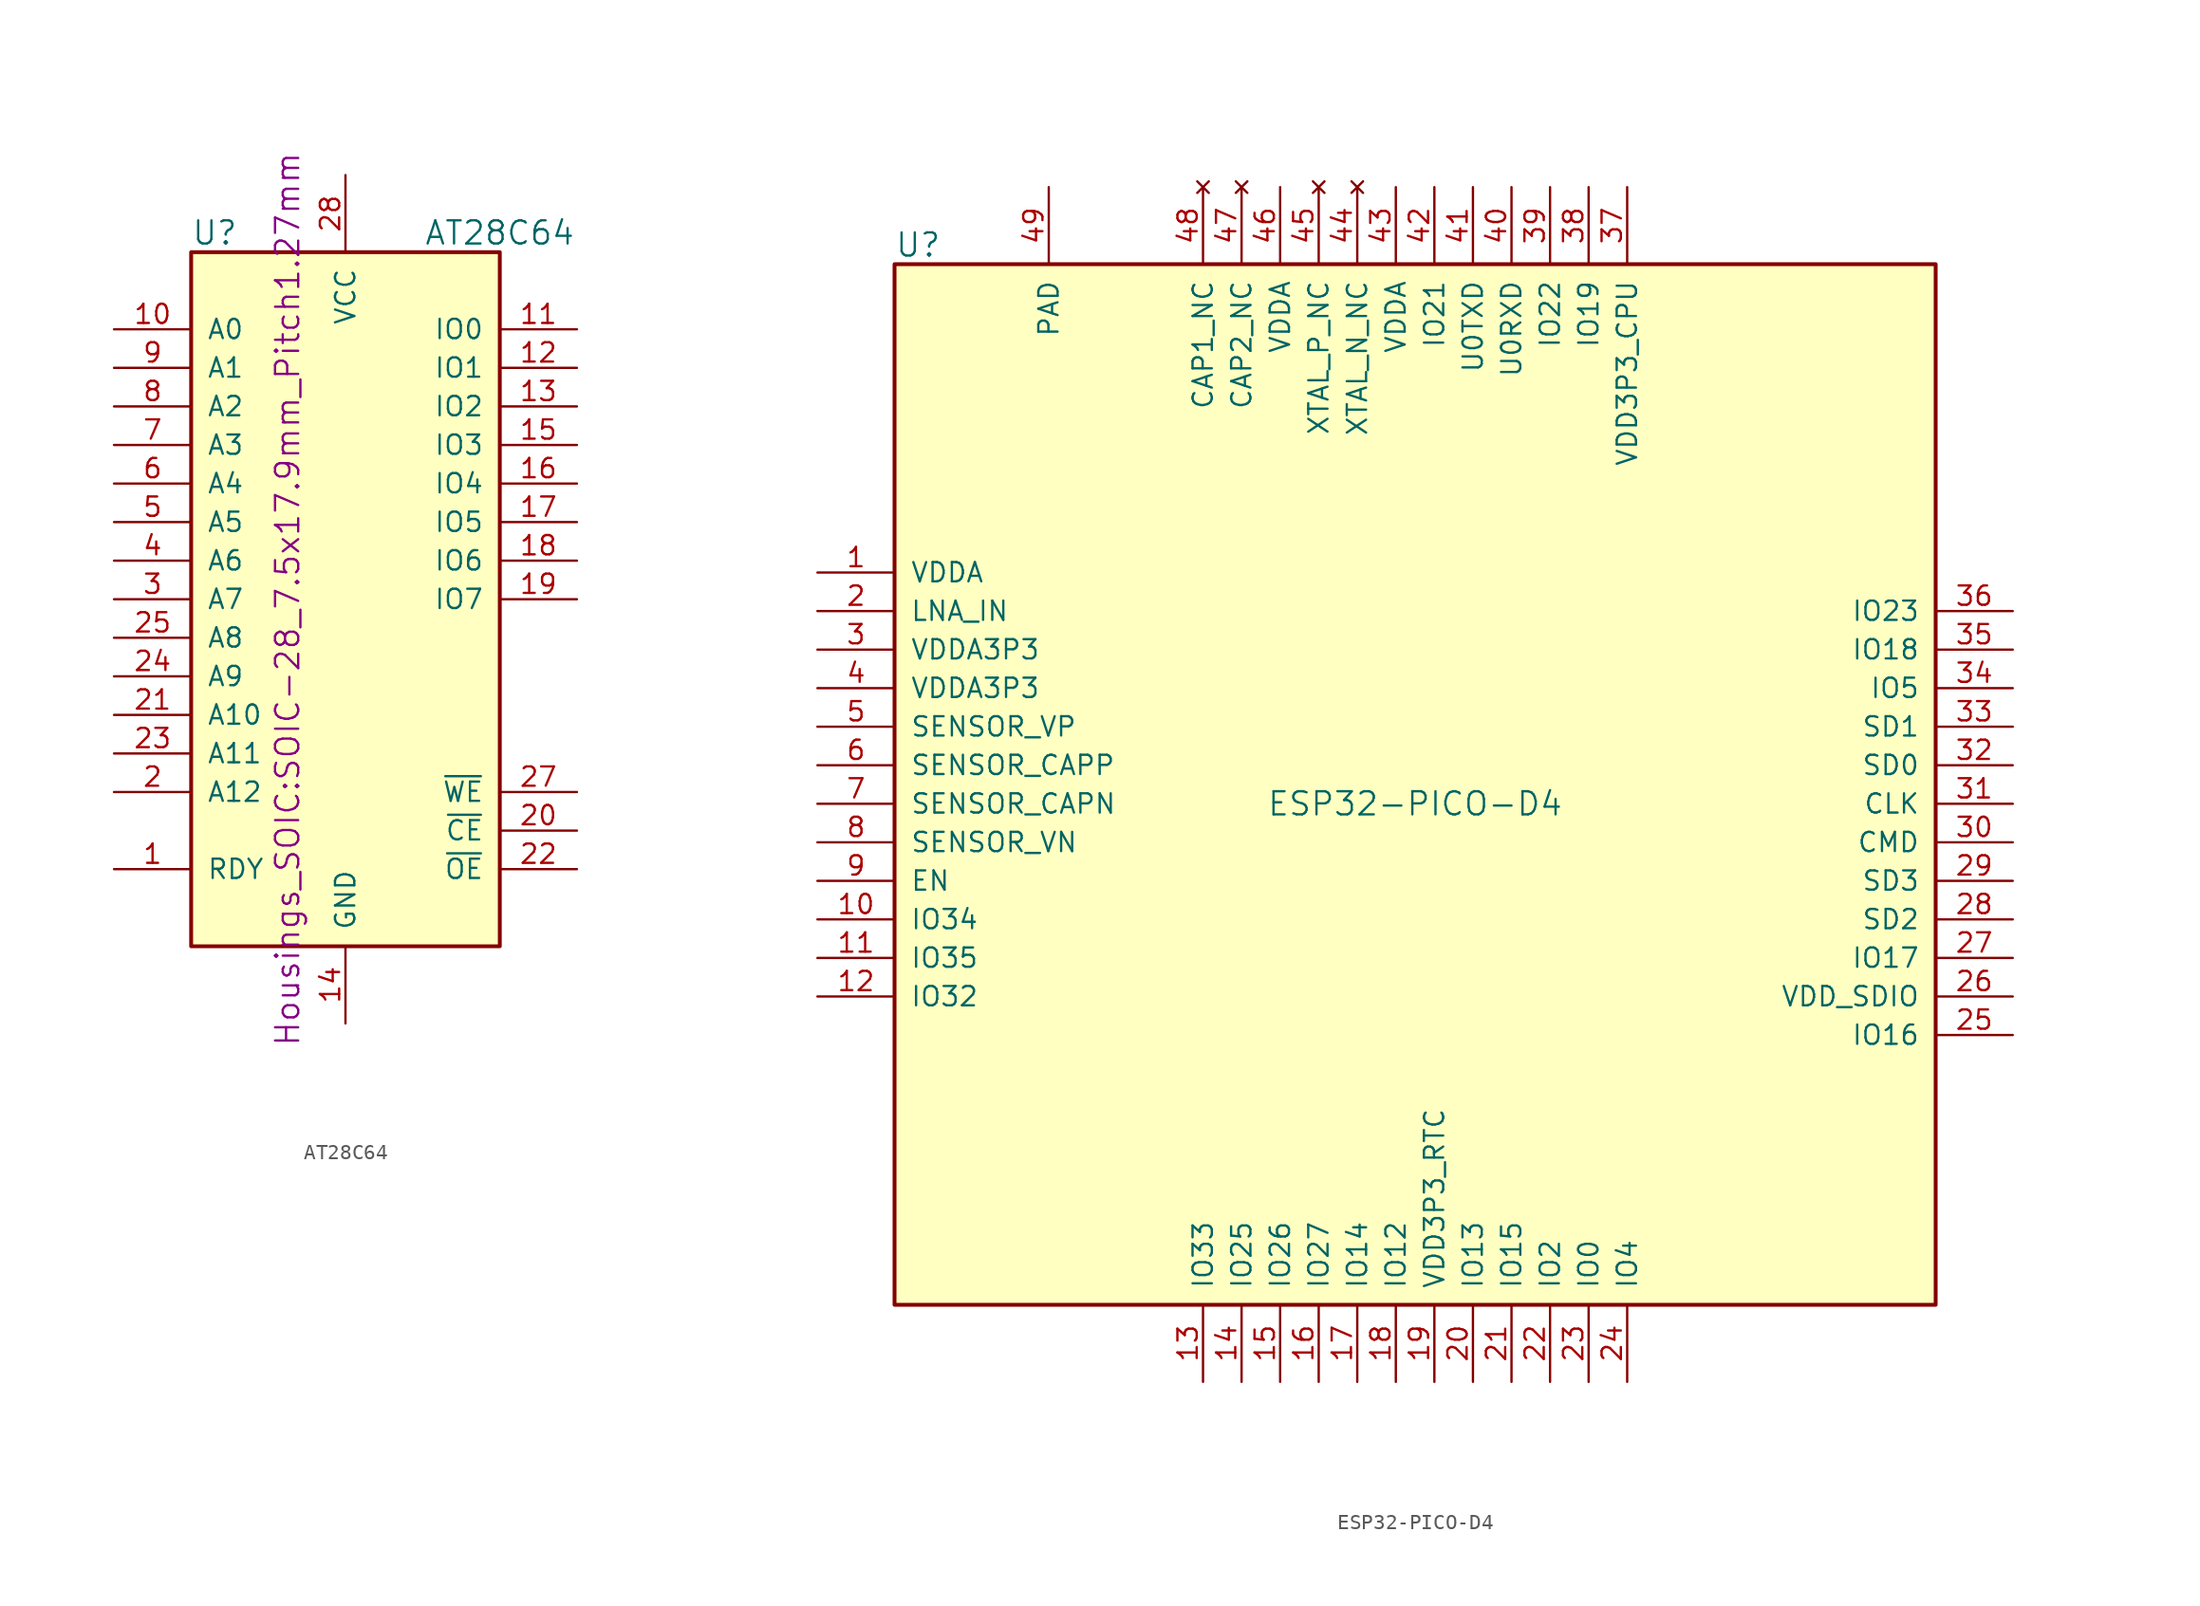
<source format=kicad_sym>
(kicad_symbol_lib
  (version 20211014)
  (generator kicad_symbol_editor)
  (symbol "AT28C64"
    (pin_names
      (offset 1.016))
    (property "Reference" "U"
      (at -10.16 24.13 0)
      (effects (font (size 1.524 1.524)) (justify left)))
    (property "Value" "AT28C64"
      (at 10.16 24.13 0)
      (effects (font (size 1.524 1.524))))
    (property "Footprint" "Housings_SOIC:SOIC-28_7.5x17.9mm_Pitch1.27mm"
      (at -3.81 0 90)
      (effects (font (size 1.524 1.524))))
    (property "Datasheet" ""
      (at -10.16 26.67 0)
      (effects (font (size 1.524 1.524))))
    (property "ki_locked" ""
      (at 0 0 0)
      (effects (font (size 1.27 1.27))))
    (symbol "AT28C64_1_1"
      (rectangle (start -10.16 22.86) (end 10.16 -22.86) (stroke (width 0.254) (type default) (color 0 0 0 0)) (fill (type background)))
      (pin output line (at -15.24 -17.78 0) (length 5.08) (name "RDY" (effects (font (size 1.27 1.27)))) (number "1" (effects (font (size 1.27 1.27)))))
      (pin input line (at -15.24 17.78 0) (length 5.08) (name "A0" (effects (font (size 1.27 1.27)))) (number "10" (effects (font (size 1.27 1.27)))))
      (pin bidirectional line (at 15.24 17.78 180) (length 5.08) (name "IO0" (effects (font (size 1.27 1.27)))) (number "11" (effects (font (size 1.27 1.27)))))
      (pin bidirectional line (at 15.24 15.24 180) (length 5.08) (name "IO1" (effects (font (size 1.27 1.27)))) (number "12" (effects (font (size 1.27 1.27)))))
      (pin bidirectional line (at 15.24 12.7 180) (length 5.08) (name "IO2" (effects (font (size 1.27 1.27)))) (number "13" (effects (font (size 1.27 1.27)))))
      (pin power_in line (at 0 -27.94 90) (length 5.08) (name "GND" (effects (font (size 1.27 1.27)))) (number "14" (effects (font (size 1.27 1.27)))))
      (pin bidirectional line (at 15.24 10.16 180) (length 5.08) (name "IO3" (effects (font (size 1.27 1.27)))) (number "15" (effects (font (size 1.27 1.27)))))
      (pin bidirectional line (at 15.24 7.62 180) (length 5.08) (name "IO4" (effects (font (size 1.27 1.27)))) (number "16" (effects (font (size 1.27 1.27)))))
      (pin bidirectional line (at 15.24 5.08 180) (length 5.08) (name "IO5" (effects (font (size 1.27 1.27)))) (number "17" (effects (font (size 1.27 1.27)))))
      (pin bidirectional line (at 15.24 2.54 180) (length 5.08) (name "IO6" (effects (font (size 1.27 1.27)))) (number "18" (effects (font (size 1.27 1.27)))))
      (pin bidirectional line (at 15.24 0 180) (length 5.08) (name "IO7" (effects (font (size 1.27 1.27)))) (number "19" (effects (font (size 1.27 1.27)))))
      (pin input line (at -15.24 -12.7 0) (length 5.08) (name "A12" (effects (font (size 1.27 1.27)))) (number "2" (effects (font (size 1.27 1.27)))))
      (pin input line (at 15.24 -15.24 180) (length 5.08) (name "~{CE}" (effects (font (size 1.27 1.27)))) (number "20" (effects (font (size 1.27 1.27)))))
      (pin input line (at -15.24 -7.62 0) (length 5.08) (name "A10" (effects (font (size 1.27 1.27)))) (number "21" (effects (font (size 1.27 1.27)))))
      (pin input line (at 15.24 -17.78 180) (length 5.08) (name "~{OE}" (effects (font (size 1.27 1.27)))) (number "22" (effects (font (size 1.27 1.27)))))
      (pin input line (at -15.24 -10.16 0) (length 5.08) (name "A11" (effects (font (size 1.27 1.27)))) (number "23" (effects (font (size 1.27 1.27)))))
      (pin input line (at -15.24 -5.08 0) (length 5.08) (name "A9" (effects (font (size 1.27 1.27)))) (number "24" (effects (font (size 1.27 1.27)))))
      (pin input line (at -15.24 -2.54 0) (length 5.08) (name "A8" (effects (font (size 1.27 1.27)))) (number "25" (effects (font (size 1.27 1.27)))))
      (pin no_connect line (at -15.24 -15.24 0) (length 5.08) hide (name "NC" (effects (font (size 1.27 1.27)))) (number "26" (effects (font (size 1.27 1.27)))))
      (pin input line (at 15.24 -12.7 180) (length 5.08) (name "~{WE}" (effects (font (size 1.27 1.27)))) (number "27" (effects (font (size 1.27 1.27)))))
      (pin power_in line (at 0 27.94 270) (length 5.08) (name "VCC" (effects (font (size 1.27 1.27)))) (number "28" (effects (font (size 1.27 1.27)))))
      (pin input line (at -15.24 0 0) (length 5.08) (name "A7" (effects (font (size 1.27 1.27)))) (number "3" (effects (font (size 1.27 1.27)))))
      (pin input line (at -15.24 2.54 0) (length 5.08) (name "A6" (effects (font (size 1.27 1.27)))) (number "4" (effects (font (size 1.27 1.27)))))
      (pin input line (at -15.24 5.08 0) (length 5.08) (name "A5" (effects (font (size 1.27 1.27)))) (number "5" (effects (font (size 1.27 1.27)))))
      (pin input line (at -15.24 7.62 0) (length 5.08) (name "A4" (effects (font (size 1.27 1.27)))) (number "6" (effects (font (size 1.27 1.27)))))
      (pin input line (at -15.24 10.16 0) (length 5.08) (name "A3" (effects (font (size 1.27 1.27)))) (number "7" (effects (font (size 1.27 1.27)))))
      (pin input line (at -15.24 12.7 0) (length 5.08) (name "A2" (effects (font (size 1.27 1.27)))) (number "8" (effects (font (size 1.27 1.27)))))
      (pin input line (at -15.24 15.24 0) (length 5.08) (name "A1" (effects (font (size 1.27 1.27)))) (number "9" (effects (font (size 1.27 1.27)))))))
  (symbol "ESP32-PICO-D4"
    (pin_names
      (offset 1.016))
    (property "Reference" "U"
      (at -33.02 36.83 0)
      (effects (font (size 1.524 1.524)) (justify left)))
    (property "Value" "ESP32-PICO-D4"
      (at 1.27 0 0)
      (effects (font (size 1.524 1.524))))
    (symbol "ESP32-PICO-D4_1_1"
      (rectangle (start -33.02 35.56) (end 35.56 -33.02) (stroke (width 0.254) (type default) (color 0 0 0 0)) (fill (type background)))
      (pin power_in line (at -38.1 15.24 0) (length 5.08) (name "VDDA" (effects (font (size 1.27 1.27)))) (number "1" (effects (font (size 1.27 1.27)))))
      (pin input line (at -38.1 -7.62 0) (length 5.08) (name "IO34" (effects (font (size 1.27 1.27)))) (number "10" (effects (font (size 1.27 1.27)))))
      (pin input line (at -38.1 -10.16 0) (length 5.08) (name "IO35" (effects (font (size 1.27 1.27)))) (number "11" (effects (font (size 1.27 1.27)))))
      (pin bidirectional line (at -38.1 -12.7 0) (length 5.08) (name "IO32" (effects (font (size 1.27 1.27)))) (number "12" (effects (font (size 1.27 1.27)))))
      (pin bidirectional line (at -12.7 -38.1 90) (length 5.08) (name "IO33" (effects (font (size 1.27 1.27)))) (number "13" (effects (font (size 1.27 1.27)))))
      (pin bidirectional line (at -10.16 -38.1 90) (length 5.08) (name "IO25" (effects (font (size 1.27 1.27)))) (number "14" (effects (font (size 1.27 1.27)))))
      (pin bidirectional line (at -7.62 -38.1 90) (length 5.08) (name "IO26" (effects (font (size 1.27 1.27)))) (number "15" (effects (font (size 1.27 1.27)))))
      (pin bidirectional line (at -5.08 -38.1 90) (length 5.08) (name "IO27" (effects (font (size 1.27 1.27)))) (number "16" (effects (font (size 1.27 1.27)))))
      (pin bidirectional line (at -2.54 -38.1 90) (length 5.08) (name "IO14" (effects (font (size 1.27 1.27)))) (number "17" (effects (font (size 1.27 1.27)))))
      (pin bidirectional line (at 0 -38.1 90) (length 5.08) (name "IO12" (effects (font (size 1.27 1.27)))) (number "18" (effects (font (size 1.27 1.27)))))
      (pin power_in line (at 2.54 -38.1 90) (length 5.08) (name "VDD3P3_RTC" (effects (font (size 1.27 1.27)))) (number "19" (effects (font (size 1.27 1.27)))))
      (pin bidirectional line (at -38.1 12.7 0) (length 5.08) (name "LNA_IN" (effects (font (size 1.27 1.27)))) (number "2" (effects (font (size 1.27 1.27)))))
      (pin bidirectional line (at 5.08 -38.1 90) (length 5.08) (name "IO13" (effects (font (size 1.27 1.27)))) (number "20" (effects (font (size 1.27 1.27)))))
      (pin bidirectional line (at 7.62 -38.1 90) (length 5.08) (name "IO15" (effects (font (size 1.27 1.27)))) (number "21" (effects (font (size 1.27 1.27)))))
      (pin bidirectional line (at 10.16 -38.1 90) (length 5.08) (name "IO2" (effects (font (size 1.27 1.27)))) (number "22" (effects (font (size 1.27 1.27)))))
      (pin bidirectional line (at 12.7 -38.1 90) (length 5.08) (name "IO0" (effects (font (size 1.27 1.27)))) (number "23" (effects (font (size 1.27 1.27)))))
      (pin bidirectional line (at 15.24 -38.1 90) (length 5.08) (name "IO4" (effects (font (size 1.27 1.27)))) (number "24" (effects (font (size 1.27 1.27)))))
      (pin bidirectional line (at 40.64 -15.24 180) (length 5.08) (name "IO16" (effects (font (size 1.27 1.27)))) (number "25" (effects (font (size 1.27 1.27)))))
      (pin power_in line (at 40.64 -12.7 180) (length 5.08) (name "VDD_SDIO" (effects (font (size 1.27 1.27)))) (number "26" (effects (font (size 1.27 1.27)))))
      (pin bidirectional line (at 40.64 -10.16 180) (length 5.08) (name "IO17" (effects (font (size 1.27 1.27)))) (number "27" (effects (font (size 1.27 1.27)))))
      (pin bidirectional line (at 40.64 -7.62 180) (length 5.08) (name "SD2" (effects (font (size 1.27 1.27)))) (number "28" (effects (font (size 1.27 1.27)))))
      (pin bidirectional line (at 40.64 -5.08 180) (length 5.08) (name "SD3" (effects (font (size 1.27 1.27)))) (number "29" (effects (font (size 1.27 1.27)))))
      (pin power_in line (at -38.1 10.16 0) (length 5.08) (name "VDDA3P3" (effects (font (size 1.27 1.27)))) (number "3" (effects (font (size 1.27 1.27)))))
      (pin bidirectional line (at 40.64 -2.54 180) (length 5.08) (name "CMD" (effects (font (size 1.27 1.27)))) (number "30" (effects (font (size 1.27 1.27)))))
      (pin bidirectional line (at 40.64 0 180) (length 5.08) (name "CLK" (effects (font (size 1.27 1.27)))) (number "31" (effects (font (size 1.27 1.27)))))
      (pin bidirectional line (at 40.64 2.54 180) (length 5.08) (name "SD0" (effects (font (size 1.27 1.27)))) (number "32" (effects (font (size 1.27 1.27)))))
      (pin bidirectional line (at 40.64 5.08 180) (length 5.08) (name "SD1" (effects (font (size 1.27 1.27)))) (number "33" (effects (font (size 1.27 1.27)))))
      (pin bidirectional line (at 40.64 7.62 180) (length 5.08) (name "IO5" (effects (font (size 1.27 1.27)))) (number "34" (effects (font (size 1.27 1.27)))))
      (pin bidirectional line (at 40.64 10.16 180) (length 5.08) (name "IO18" (effects (font (size 1.27 1.27)))) (number "35" (effects (font (size 1.27 1.27)))))
      (pin bidirectional line (at 40.64 12.7 180) (length 5.08) (name "IO23" (effects (font (size 1.27 1.27)))) (number "36" (effects (font (size 1.27 1.27)))))
      (pin power_in line (at 15.24 40.64 270) (length 5.08) (name "VDD3P3_CPU" (effects (font (size 1.27 1.27)))) (number "37" (effects (font (size 1.27 1.27)))))
      (pin bidirectional line (at 12.7 40.64 270) (length 5.08) (name "IO19" (effects (font (size 1.27 1.27)))) (number "38" (effects (font (size 1.27 1.27)))))
      (pin bidirectional line (at 10.16 40.64 270) (length 5.08) (name "IO22" (effects (font (size 1.27 1.27)))) (number "39" (effects (font (size 1.27 1.27)))))
      (pin power_in line (at -38.1 7.62 0) (length 5.08) (name "VDDA3P3" (effects (font (size 1.27 1.27)))) (number "4" (effects (font (size 1.27 1.27)))))
      (pin bidirectional line (at 7.62 40.64 270) (length 5.08) (name "U0RXD" (effects (font (size 1.27 1.27)))) (number "40" (effects (font (size 1.27 1.27)))))
      (pin bidirectional line (at 5.08 40.64 270) (length 5.08) (name "U0TXD" (effects (font (size 1.27 1.27)))) (number "41" (effects (font (size 1.27 1.27)))))
      (pin bidirectional line (at 2.54 40.64 270) (length 5.08) (name "IO21" (effects (font (size 1.27 1.27)))) (number "42" (effects (font (size 1.27 1.27)))))
      (pin power_in line (at 0 40.64 270) (length 5.08) (name "VDDA" (effects (font (size 1.27 1.27)))) (number "43" (effects (font (size 1.27 1.27)))))
      (pin no_connect line (at -2.54 40.64 270) (length 5.08) (name "XTAL_N_NC" (effects (font (size 1.27 1.27)))) (number "44" (effects (font (size 1.27 1.27)))))
      (pin no_connect line (at -5.08 40.64 270) (length 5.08) (name "XTAL_P_NC" (effects (font (size 1.27 1.27)))) (number "45" (effects (font (size 1.27 1.27)))))
      (pin power_in line (at -7.62 40.64 270) (length 5.08) (name "VDDA" (effects (font (size 1.27 1.27)))) (number "46" (effects (font (size 1.27 1.27)))))
      (pin no_connect line (at -10.16 40.64 270) (length 5.08) (name "CAP2_NC" (effects (font (size 1.27 1.27)))) (number "47" (effects (font (size 1.27 1.27)))))
      (pin no_connect line (at -12.7 40.64 270) (length 5.08) (name "CAP1_NC" (effects (font (size 1.27 1.27)))) (number "48" (effects (font (size 1.27 1.27)))))
      (pin power_in line (at -22.86 40.64 270) (length 5.08) (name "PAD" (effects (font (size 1.27 1.27)))) (number "49" (effects (font (size 1.27 1.27)))))
      (pin input line (at -38.1 5.08 0) (length 5.08) (name "SENSOR_VP" (effects (font (size 1.27 1.27)))) (number "5" (effects (font (size 1.27 1.27)))))
      (pin input line (at -38.1 2.54 0) (length 5.08) (name "SENSOR_CAPP" (effects (font (size 1.27 1.27)))) (number "6" (effects (font (size 1.27 1.27)))))
      (pin input line (at -38.1 0 0) (length 5.08) (name "SENSOR_CAPN" (effects (font (size 1.27 1.27)))) (number "7" (effects (font (size 1.27 1.27)))))
      (pin input line (at -38.1 -2.54 0) (length 5.08) (name "SENSOR_VN" (effects (font (size 1.27 1.27)))) (number "8" (effects (font (size 1.27 1.27)))))
      (pin input line (at -38.1 -5.08 0) (length 5.08) (name "EN" (effects (font (size 1.27 1.27)))) (number "9" (effects (font (size 1.27 1.27))))))))
</source>
